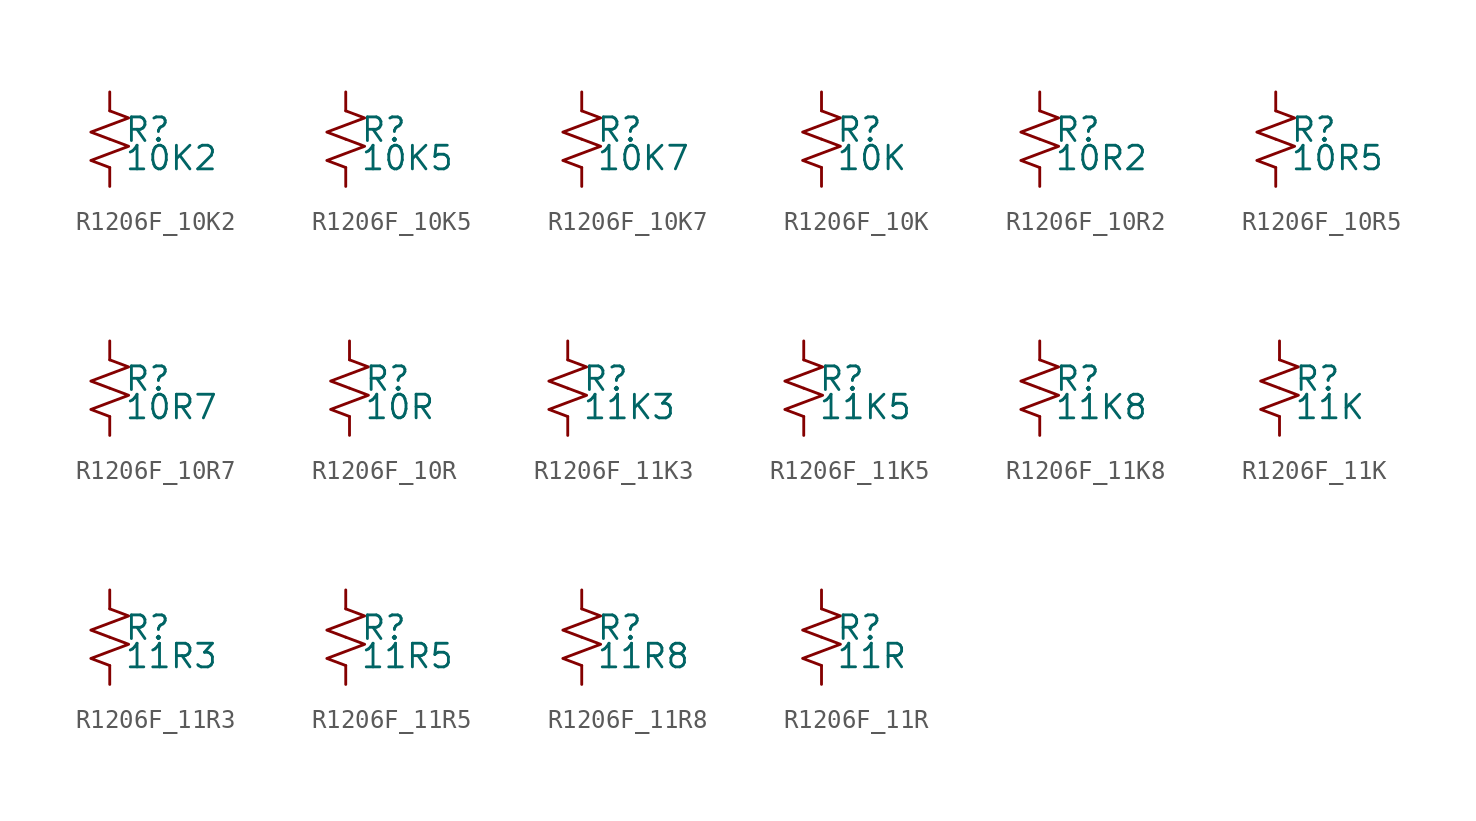
<source format=kicad_sym>
(kicad_symbol_lib
  (version 20220914)
  (generator kicad_symbol_editor)
  (symbol "R1206F_10K2"
    (pin_numbers hide)
    (pin_names
      (offset 0.254) hide)
    (property "Reference" "R"
      (at 0.762 0.508 0)
      (effects (font (size 1.27 1.27)) (justify left)))
    (property "Value" "10K2"
      (at 0.762 -1.016 0)
      (effects (font (size 1.27 1.27)) (justify left)))
    (symbol "R1206F_10K2_1_1"
      (polyline (pts (xy 0 0) (xy 1.016 -0.381) (xy 0 -0.762) (xy -1.016 -1.143) (xy 0 -1.524)) (stroke (width 0) (type default)) (fill (type none)))
      (polyline (pts (xy 0 1.524) (xy 1.016 1.143) (xy 0 0.762) (xy -1.016 0.381) (xy 0 0)) (stroke (width 0) (type default)) (fill (type none)))
      (pin passive line (at 0 2.54 270) (length 1.016) (name "~" (effects (font (size 1.27 1.27)))) (number "1" (effects (font (size 1.27 1.27)))))
      (pin passive line (at 0 -2.54 90) (length 1.016) (name "~" (effects (font (size 1.27 1.27)))) (number "2" (effects (font (size 1.27 1.27)))))))
  (symbol "R1206F_10K5"
    (pin_numbers hide)
    (pin_names
      (offset 0.254) hide)
    (property "Reference" "R"
      (at 0.762 0.508 0)
      (effects (font (size 1.27 1.27)) (justify left)))
    (property "Value" "10K5"
      (at 0.762 -1.016 0)
      (effects (font (size 1.27 1.27)) (justify left)))
    (symbol "R1206F_10K5_1_1"
      (polyline (pts (xy 0 0) (xy 1.016 -0.381) (xy 0 -0.762) (xy -1.016 -1.143) (xy 0 -1.524)) (stroke (width 0) (type default)) (fill (type none)))
      (polyline (pts (xy 0 1.524) (xy 1.016 1.143) (xy 0 0.762) (xy -1.016 0.381) (xy 0 0)) (stroke (width 0) (type default)) (fill (type none)))
      (pin passive line (at 0 2.54 270) (length 1.016) (name "~" (effects (font (size 1.27 1.27)))) (number "1" (effects (font (size 1.27 1.27)))))
      (pin passive line (at 0 -2.54 90) (length 1.016) (name "~" (effects (font (size 1.27 1.27)))) (number "2" (effects (font (size 1.27 1.27)))))))
  (symbol "R1206F_10K7"
    (pin_numbers hide)
    (pin_names
      (offset 0.254) hide)
    (property "Reference" "R"
      (at 0.762 0.508 0)
      (effects (font (size 1.27 1.27)) (justify left)))
    (property "Value" "10K7"
      (at 0.762 -1.016 0)
      (effects (font (size 1.27 1.27)) (justify left)))
    (symbol "R1206F_10K7_1_1"
      (polyline (pts (xy 0 0) (xy 1.016 -0.381) (xy 0 -0.762) (xy -1.016 -1.143) (xy 0 -1.524)) (stroke (width 0) (type default)) (fill (type none)))
      (polyline (pts (xy 0 1.524) (xy 1.016 1.143) (xy 0 0.762) (xy -1.016 0.381) (xy 0 0)) (stroke (width 0) (type default)) (fill (type none)))
      (pin passive line (at 0 2.54 270) (length 1.016) (name "~" (effects (font (size 1.27 1.27)))) (number "1" (effects (font (size 1.27 1.27)))))
      (pin passive line (at 0 -2.54 90) (length 1.016) (name "~" (effects (font (size 1.27 1.27)))) (number "2" (effects (font (size 1.27 1.27)))))))
  (symbol "R1206F_10K"
    (pin_numbers hide)
    (pin_names
      (offset 0.254) hide)
    (property "Reference" "R"
      (at 0.762 0.508 0)
      (effects (font (size 1.27 1.27)) (justify left)))
    (property "Value" "10K"
      (at 0.762 -1.016 0)
      (effects (font (size 1.27 1.27)) (justify left)))
    (symbol "R1206F_10K_1_1"
      (polyline (pts (xy 0 0) (xy 1.016 -0.381) (xy 0 -0.762) (xy -1.016 -1.143) (xy 0 -1.524)) (stroke (width 0) (type default)) (fill (type none)))
      (polyline (pts (xy 0 1.524) (xy 1.016 1.143) (xy 0 0.762) (xy -1.016 0.381) (xy 0 0)) (stroke (width 0) (type default)) (fill (type none)))
      (pin passive line (at 0 2.54 270) (length 1.016) (name "~" (effects (font (size 1.27 1.27)))) (number "1" (effects (font (size 1.27 1.27)))))
      (pin passive line (at 0 -2.54 90) (length 1.016) (name "~" (effects (font (size 1.27 1.27)))) (number "2" (effects (font (size 1.27 1.27)))))))
  (symbol "R1206F_10R2"
    (pin_numbers hide)
    (pin_names
      (offset 0.254) hide)
    (property "Reference" "R"
      (at 0.762 0.508 0)
      (effects (font (size 1.27 1.27)) (justify left)))
    (property "Value" "10R2"
      (at 0.762 -1.016 0)
      (effects (font (size 1.27 1.27)) (justify left)))
    (symbol "R1206F_10R2_1_1"
      (polyline (pts (xy 0 0) (xy 1.016 -0.381) (xy 0 -0.762) (xy -1.016 -1.143) (xy 0 -1.524)) (stroke (width 0) (type default)) (fill (type none)))
      (polyline (pts (xy 0 1.524) (xy 1.016 1.143) (xy 0 0.762) (xy -1.016 0.381) (xy 0 0)) (stroke (width 0) (type default)) (fill (type none)))
      (pin passive line (at 0 2.54 270) (length 1.016) (name "~" (effects (font (size 1.27 1.27)))) (number "1" (effects (font (size 1.27 1.27)))))
      (pin passive line (at 0 -2.54 90) (length 1.016) (name "~" (effects (font (size 1.27 1.27)))) (number "2" (effects (font (size 1.27 1.27)))))))
  (symbol "R1206F_10R5"
    (pin_numbers hide)
    (pin_names
      (offset 0.254) hide)
    (property "Reference" "R"
      (at 0.762 0.508 0)
      (effects (font (size 1.27 1.27)) (justify left)))
    (property "Value" "10R5"
      (at 0.762 -1.016 0)
      (effects (font (size 1.27 1.27)) (justify left)))
    (symbol "R1206F_10R5_1_1"
      (polyline (pts (xy 0 0) (xy 1.016 -0.381) (xy 0 -0.762) (xy -1.016 -1.143) (xy 0 -1.524)) (stroke (width 0) (type default)) (fill (type none)))
      (polyline (pts (xy 0 1.524) (xy 1.016 1.143) (xy 0 0.762) (xy -1.016 0.381) (xy 0 0)) (stroke (width 0) (type default)) (fill (type none)))
      (pin passive line (at 0 2.54 270) (length 1.016) (name "~" (effects (font (size 1.27 1.27)))) (number "1" (effects (font (size 1.27 1.27)))))
      (pin passive line (at 0 -2.54 90) (length 1.016) (name "~" (effects (font (size 1.27 1.27)))) (number "2" (effects (font (size 1.27 1.27)))))))
  (symbol "R1206F_10R7"
    (pin_numbers hide)
    (pin_names
      (offset 0.254) hide)
    (property "Reference" "R"
      (at 0.762 0.508 0)
      (effects (font (size 1.27 1.27)) (justify left)))
    (property "Value" "10R7"
      (at 0.762 -1.016 0)
      (effects (font (size 1.27 1.27)) (justify left)))
    (symbol "R1206F_10R7_1_1"
      (polyline (pts (xy 0 0) (xy 1.016 -0.381) (xy 0 -0.762) (xy -1.016 -1.143) (xy 0 -1.524)) (stroke (width 0) (type default)) (fill (type none)))
      (polyline (pts (xy 0 1.524) (xy 1.016 1.143) (xy 0 0.762) (xy -1.016 0.381) (xy 0 0)) (stroke (width 0) (type default)) (fill (type none)))
      (pin passive line (at 0 2.54 270) (length 1.016) (name "~" (effects (font (size 1.27 1.27)))) (number "1" (effects (font (size 1.27 1.27)))))
      (pin passive line (at 0 -2.54 90) (length 1.016) (name "~" (effects (font (size 1.27 1.27)))) (number "2" (effects (font (size 1.27 1.27)))))))
  (symbol "R1206F_10R"
    (pin_numbers hide)
    (pin_names
      (offset 0.254) hide)
    (property "Reference" "R"
      (at 0.762 0.508 0)
      (effects (font (size 1.27 1.27)) (justify left)))
    (property "Value" "10R"
      (at 0.762 -1.016 0)
      (effects (font (size 1.27 1.27)) (justify left)))
    (symbol "R1206F_10R_1_1"
      (polyline (pts (xy 0 0) (xy 1.016 -0.381) (xy 0 -0.762) (xy -1.016 -1.143) (xy 0 -1.524)) (stroke (width 0) (type default)) (fill (type none)))
      (polyline (pts (xy 0 1.524) (xy 1.016 1.143) (xy 0 0.762) (xy -1.016 0.381) (xy 0 0)) (stroke (width 0) (type default)) (fill (type none)))
      (pin passive line (at 0 2.54 270) (length 1.016) (name "~" (effects (font (size 1.27 1.27)))) (number "1" (effects (font (size 1.27 1.27)))))
      (pin passive line (at 0 -2.54 90) (length 1.016) (name "~" (effects (font (size 1.27 1.27)))) (number "2" (effects (font (size 1.27 1.27)))))))
  (symbol "R1206F_11K3"
    (pin_numbers hide)
    (pin_names
      (offset 0.254) hide)
    (property "Reference" "R"
      (at 0.762 0.508 0)
      (effects (font (size 1.27 1.27)) (justify left)))
    (property "Value" "11K3"
      (at 0.762 -1.016 0)
      (effects (font (size 1.27 1.27)) (justify left)))
    (symbol "R1206F_11K3_1_1"
      (polyline (pts (xy 0 0) (xy 1.016 -0.381) (xy 0 -0.762) (xy -1.016 -1.143) (xy 0 -1.524)) (stroke (width 0) (type default)) (fill (type none)))
      (polyline (pts (xy 0 1.524) (xy 1.016 1.143) (xy 0 0.762) (xy -1.016 0.381) (xy 0 0)) (stroke (width 0) (type default)) (fill (type none)))
      (pin passive line (at 0 2.54 270) (length 1.016) (name "~" (effects (font (size 1.27 1.27)))) (number "1" (effects (font (size 1.27 1.27)))))
      (pin passive line (at 0 -2.54 90) (length 1.016) (name "~" (effects (font (size 1.27 1.27)))) (number "2" (effects (font (size 1.27 1.27)))))))
  (symbol "R1206F_11K5"
    (pin_numbers hide)
    (pin_names
      (offset 0.254) hide)
    (property "Reference" "R"
      (at 0.762 0.508 0)
      (effects (font (size 1.27 1.27)) (justify left)))
    (property "Value" "11K5"
      (at 0.762 -1.016 0)
      (effects (font (size 1.27 1.27)) (justify left)))
    (symbol "R1206F_11K5_1_1"
      (polyline (pts (xy 0 0) (xy 1.016 -0.381) (xy 0 -0.762) (xy -1.016 -1.143) (xy 0 -1.524)) (stroke (width 0) (type default)) (fill (type none)))
      (polyline (pts (xy 0 1.524) (xy 1.016 1.143) (xy 0 0.762) (xy -1.016 0.381) (xy 0 0)) (stroke (width 0) (type default)) (fill (type none)))
      (pin passive line (at 0 2.54 270) (length 1.016) (name "~" (effects (font (size 1.27 1.27)))) (number "1" (effects (font (size 1.27 1.27)))))
      (pin passive line (at 0 -2.54 90) (length 1.016) (name "~" (effects (font (size 1.27 1.27)))) (number "2" (effects (font (size 1.27 1.27)))))))
  (symbol "R1206F_11K8"
    (pin_numbers hide)
    (pin_names
      (offset 0.254) hide)
    (property "Reference" "R"
      (at 0.762 0.508 0)
      (effects (font (size 1.27 1.27)) (justify left)))
    (property "Value" "11K8"
      (at 0.762 -1.016 0)
      (effects (font (size 1.27 1.27)) (justify left)))
    (symbol "R1206F_11K8_1_1"
      (polyline (pts (xy 0 0) (xy 1.016 -0.381) (xy 0 -0.762) (xy -1.016 -1.143) (xy 0 -1.524)) (stroke (width 0) (type default)) (fill (type none)))
      (polyline (pts (xy 0 1.524) (xy 1.016 1.143) (xy 0 0.762) (xy -1.016 0.381) (xy 0 0)) (stroke (width 0) (type default)) (fill (type none)))
      (pin passive line (at 0 2.54 270) (length 1.016) (name "~" (effects (font (size 1.27 1.27)))) (number "1" (effects (font (size 1.27 1.27)))))
      (pin passive line (at 0 -2.54 90) (length 1.016) (name "~" (effects (font (size 1.27 1.27)))) (number "2" (effects (font (size 1.27 1.27)))))))
  (symbol "R1206F_11K"
    (pin_numbers hide)
    (pin_names
      (offset 0.254) hide)
    (property "Reference" "R"
      (at 0.762 0.508 0)
      (effects (font (size 1.27 1.27)) (justify left)))
    (property "Value" "11K"
      (at 0.762 -1.016 0)
      (effects (font (size 1.27 1.27)) (justify left)))
    (symbol "R1206F_11K_1_1"
      (polyline (pts (xy 0 0) (xy 1.016 -0.381) (xy 0 -0.762) (xy -1.016 -1.143) (xy 0 -1.524)) (stroke (width 0) (type default)) (fill (type none)))
      (polyline (pts (xy 0 1.524) (xy 1.016 1.143) (xy 0 0.762) (xy -1.016 0.381) (xy 0 0)) (stroke (width 0) (type default)) (fill (type none)))
      (pin passive line (at 0 2.54 270) (length 1.016) (name "~" (effects (font (size 1.27 1.27)))) (number "1" (effects (font (size 1.27 1.27)))))
      (pin passive line (at 0 -2.54 90) (length 1.016) (name "~" (effects (font (size 1.27 1.27)))) (number "2" (effects (font (size 1.27 1.27)))))))
  (symbol "R1206F_11R3"
    (pin_numbers hide)
    (pin_names
      (offset 0.254) hide)
    (property "Reference" "R"
      (at 0.762 0.508 0)
      (effects (font (size 1.27 1.27)) (justify left)))
    (property "Value" "11R3"
      (at 0.762 -1.016 0)
      (effects (font (size 1.27 1.27)) (justify left)))
    (symbol "R1206F_11R3_1_1"
      (polyline (pts (xy 0 0) (xy 1.016 -0.381) (xy 0 -0.762) (xy -1.016 -1.143) (xy 0 -1.524)) (stroke (width 0) (type default)) (fill (type none)))
      (polyline (pts (xy 0 1.524) (xy 1.016 1.143) (xy 0 0.762) (xy -1.016 0.381) (xy 0 0)) (stroke (width 0) (type default)) (fill (type none)))
      (pin passive line (at 0 2.54 270) (length 1.016) (name "~" (effects (font (size 1.27 1.27)))) (number "1" (effects (font (size 1.27 1.27)))))
      (pin passive line (at 0 -2.54 90) (length 1.016) (name "~" (effects (font (size 1.27 1.27)))) (number "2" (effects (font (size 1.27 1.27)))))))
  (symbol "R1206F_11R5"
    (pin_numbers hide)
    (pin_names
      (offset 0.254) hide)
    (property "Reference" "R"
      (at 0.762 0.508 0)
      (effects (font (size 1.27 1.27)) (justify left)))
    (property "Value" "11R5"
      (at 0.762 -1.016 0)
      (effects (font (size 1.27 1.27)) (justify left)))
    (symbol "R1206F_11R5_1_1"
      (polyline (pts (xy 0 0) (xy 1.016 -0.381) (xy 0 -0.762) (xy -1.016 -1.143) (xy 0 -1.524)) (stroke (width 0) (type default)) (fill (type none)))
      (polyline (pts (xy 0 1.524) (xy 1.016 1.143) (xy 0 0.762) (xy -1.016 0.381) (xy 0 0)) (stroke (width 0) (type default)) (fill (type none)))
      (pin passive line (at 0 2.54 270) (length 1.016) (name "~" (effects (font (size 1.27 1.27)))) (number "1" (effects (font (size 1.27 1.27)))))
      (pin passive line (at 0 -2.54 90) (length 1.016) (name "~" (effects (font (size 1.27 1.27)))) (number "2" (effects (font (size 1.27 1.27)))))))
  (symbol "R1206F_11R8"
    (pin_numbers hide)
    (pin_names
      (offset 0.254) hide)
    (property "Reference" "R"
      (at 0.762 0.508 0)
      (effects (font (size 1.27 1.27)) (justify left)))
    (property "Value" "11R8"
      (at 0.762 -1.016 0)
      (effects (font (size 1.27 1.27)) (justify left)))
    (symbol "R1206F_11R8_1_1"
      (polyline (pts (xy 0 0) (xy 1.016 -0.381) (xy 0 -0.762) (xy -1.016 -1.143) (xy 0 -1.524)) (stroke (width 0) (type default)) (fill (type none)))
      (polyline (pts (xy 0 1.524) (xy 1.016 1.143) (xy 0 0.762) (xy -1.016 0.381) (xy 0 0)) (stroke (width 0) (type default)) (fill (type none)))
      (pin passive line (at 0 2.54 270) (length 1.016) (name "~" (effects (font (size 1.27 1.27)))) (number "1" (effects (font (size 1.27 1.27)))))
      (pin passive line (at 0 -2.54 90) (length 1.016) (name "~" (effects (font (size 1.27 1.27)))) (number "2" (effects (font (size 1.27 1.27)))))))
  (symbol "R1206F_11R"
    (pin_numbers hide)
    (pin_names
      (offset 0.254) hide)
    (property "Reference" "R"
      (at 0.762 0.508 0)
      (effects (font (size 1.27 1.27)) (justify left)))
    (property "Value" "11R"
      (at 0.762 -1.016 0)
      (effects (font (size 1.27 1.27)) (justify left)))
    (symbol "R1206F_11R_1_1"
      (polyline (pts (xy 0 0) (xy 1.016 -0.381) (xy 0 -0.762) (xy -1.016 -1.143) (xy 0 -1.524)) (stroke (width 0) (type default)) (fill (type none)))
      (polyline (pts (xy 0 1.524) (xy 1.016 1.143) (xy 0 0.762) (xy -1.016 0.381) (xy 0 0)) (stroke (width 0) (type default)) (fill (type none)))
      (pin passive line (at 0 2.54 270) (length 1.016) (name "~" (effects (font (size 1.27 1.27)))) (number "1" (effects (font (size 1.27 1.27)))))
      (pin passive line (at 0 -2.54 90) (length 1.016) (name "~" (effects (font (size 1.27 1.27)))) (number "2" (effects (font (size 1.27 1.27))))))))
</source>
